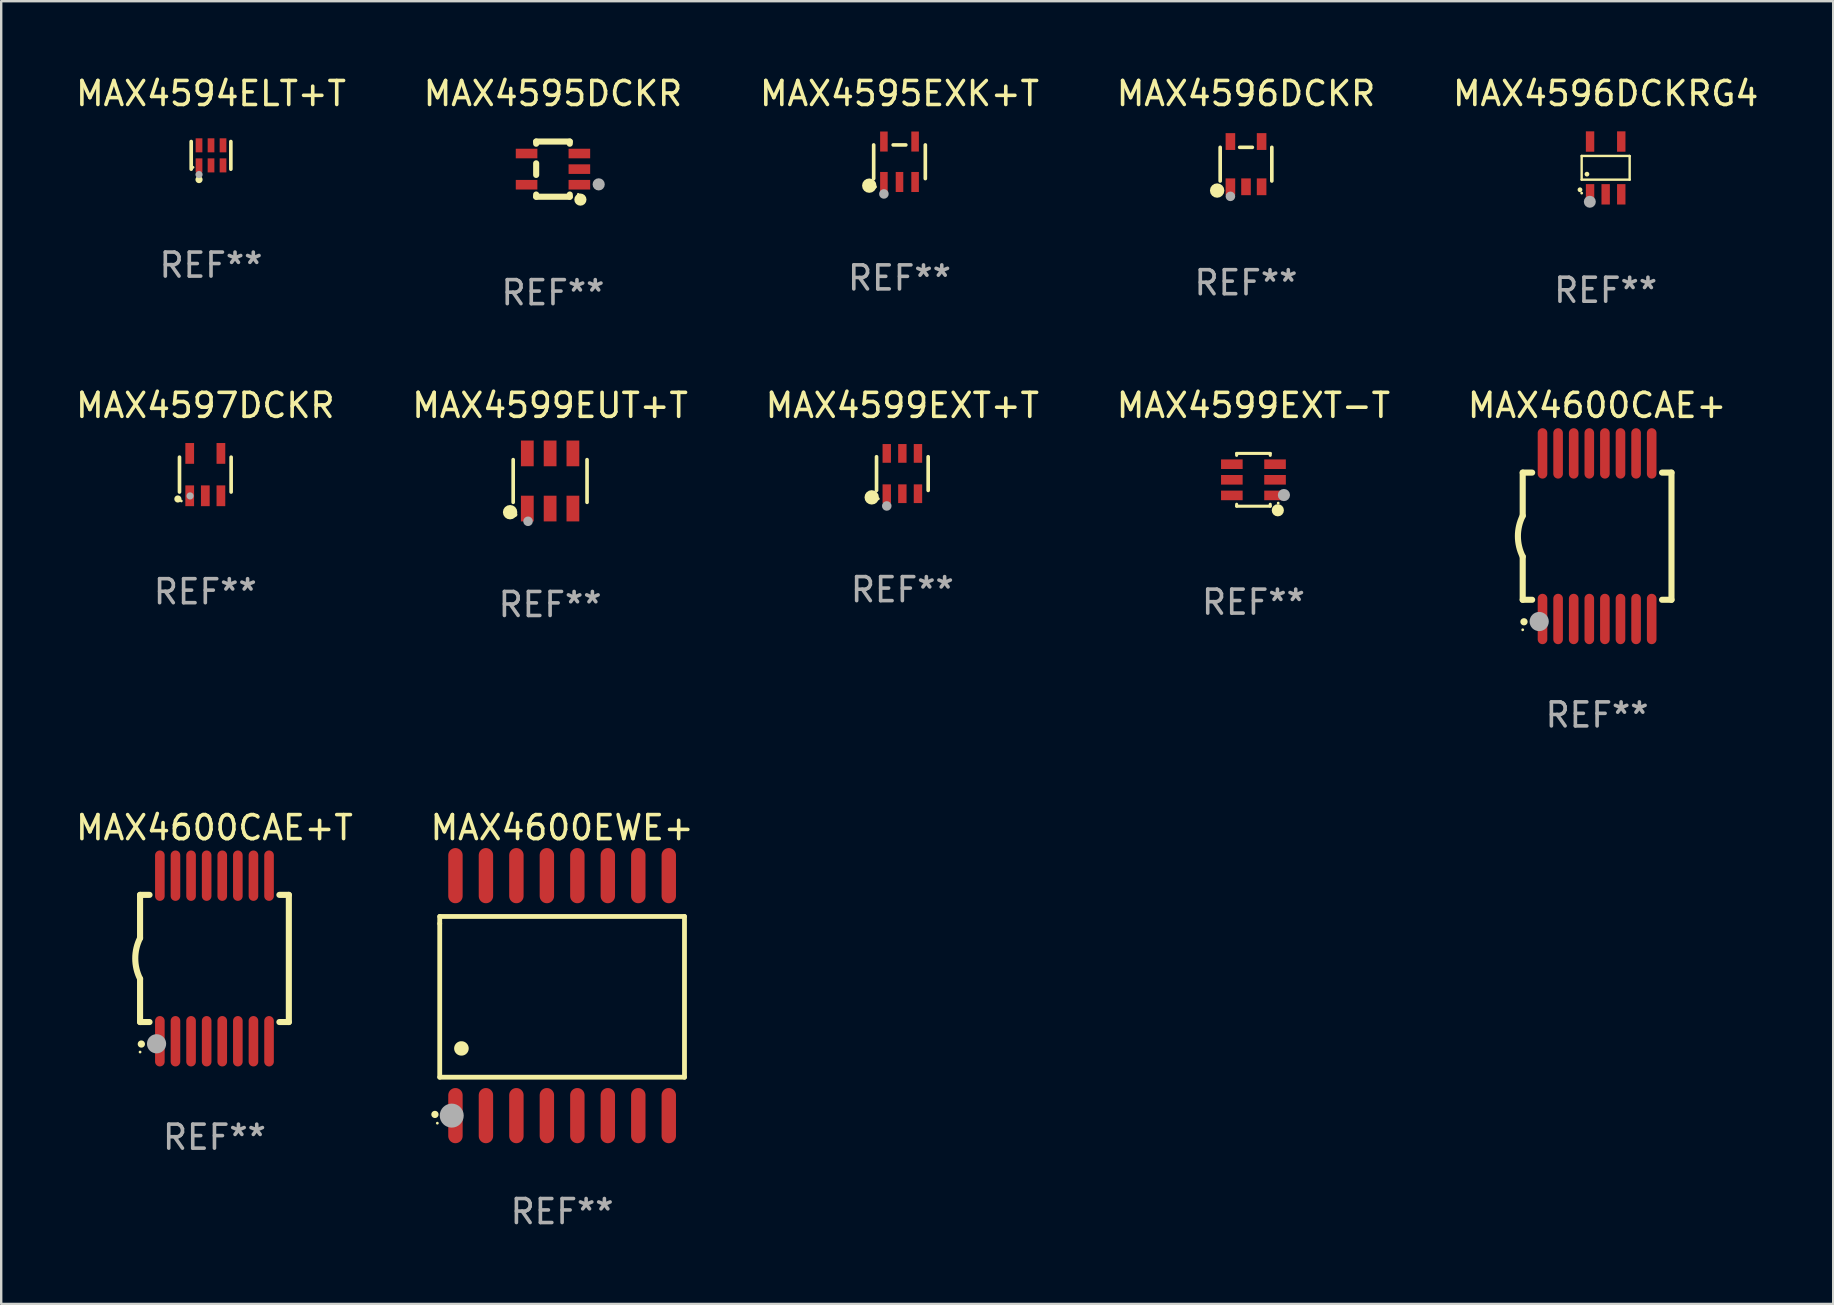
<source format=kicad_pcb>
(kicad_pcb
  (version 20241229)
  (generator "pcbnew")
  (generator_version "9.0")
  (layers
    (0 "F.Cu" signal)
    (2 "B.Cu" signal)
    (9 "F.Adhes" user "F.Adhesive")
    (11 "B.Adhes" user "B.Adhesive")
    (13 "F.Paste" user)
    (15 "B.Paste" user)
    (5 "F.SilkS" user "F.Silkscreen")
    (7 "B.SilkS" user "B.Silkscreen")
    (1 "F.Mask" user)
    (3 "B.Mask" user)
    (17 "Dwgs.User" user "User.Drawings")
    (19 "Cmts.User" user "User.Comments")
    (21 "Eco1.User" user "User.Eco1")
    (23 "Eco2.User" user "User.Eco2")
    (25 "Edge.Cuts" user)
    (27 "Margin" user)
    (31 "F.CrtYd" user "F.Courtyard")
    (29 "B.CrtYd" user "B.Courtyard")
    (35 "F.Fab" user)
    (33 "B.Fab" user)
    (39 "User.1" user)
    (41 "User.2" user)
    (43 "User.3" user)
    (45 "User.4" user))
  (footprint "MAX4599EXT+T"
    (layer "F.Cu")
    (at 34.554 16.685)
    (property "Reference" "MAX4599EXT+T" (at 0 -2.84 0) (layer "F.SilkS") (effects (font (size 1 1) (thickness 0.15))))
    (attr through_hole)
    (fp_line (start -1.076 0.701) (end -1.076 -0.701) (stroke (width 0.152) (type solid)) (layer "F.SilkS"))
    (fp_line (start 1.076 0.701) (end 1.076 -0.701) (stroke (width 0.152) (type solid)) (layer "F.SilkS"))
    (fp_circle (center -1.277 0.992) (end -1.127 0.992) (stroke (width 0.3) (type solid)) (fill no) (layer "F.SilkS"))
    (fp_circle (center -1 1.05) (end -0.97 1.05) (stroke (width 0.06) (type solid)) (fill no) (layer "F.SilkS"))
    (fp_circle (center -0.65 1.35) (end -0.55 1.35) (stroke (width 0.2) (type solid)) (fill no) (layer "F.Fab"))
    (fp_text user "REF**" (at 0 4.84 0) (layer "F.Fab") (effects (font (size 1 1) (thickness 0.15))))
    (pad "1" smd rect (at -0.65 0.84) (size 0.35 0.78) (layers "F.Cu" "F.Mask" "F.Paste"))
    (pad "2" smd rect (at 0 0.84) (size 0.35 0.78) (layers "F.Cu" "F.Mask" "F.Paste"))
    (pad "3" smd rect (at 0.65 0.84) (size 0.35 0.78) (layers "F.Cu" "F.Mask" "F.Paste"))
    (pad "4" smd rect (at 0.65 -0.84) (size 0.35 0.78) (layers "F.Cu" "F.Mask" "F.Paste"))
    (pad "5" smd rect (at 0 -0.84) (size 0.35 0.78) (layers "F.Cu" "F.Mask" "F.Paste"))
    (pad "6" smd rect (at -0.65 -0.84) (size 0.35 0.78) (layers "F.Cu" "F.Mask" "F.Paste")))
  (footprint "MAX4596DCKRG4"
    (layer "F.Cu")
    (at 63.863 3.948)
    (property "Reference" "MAX4596DCKRG4" (at 0 -3.1 0) (layer "F.SilkS") (effects (font (size 1 1) (thickness 0.15))))
    (attr through_hole)
    (fp_line (start -1 -0.5) (end -1 0.49) (stroke (width 0.1) (type solid)) (layer "F.SilkS"))
    (fp_line (start -1 0.49) (end 1 0.49) (stroke (width 0.1) (type solid)) (layer "F.SilkS"))
    (fp_line (start 0.99 -0.5) (end -1 -0.5) (stroke (width 0.1) (type solid)) (layer "F.SilkS"))
    (fp_line (start 1 -0.49) (end 0.99 -0.5) (stroke (width 0.1) (type solid)) (layer "F.SilkS"))
    (fp_line (start 1 0.49) (end 1 -0.49) (stroke (width 0.1) (type solid)) (layer "F.SilkS"))
    (fp_circle (center -1.07 0.91) (end -1.02 0.91) (stroke (width 0.1) (type solid)) (fill no) (layer "F.SilkS"))
    (fp_circle (center -1 1.05) (end -0.97 1.05) (stroke (width 0.06) (type solid)) (fill no) (layer "F.SilkS"))
    (fp_circle (center -0.78 0.26) (end -0.73 0.26) (stroke (width 0.1) (type solid)) (fill no) (layer "F.SilkS"))
    (fp_circle (center -0.66 1.41) (end -0.535 1.41) (stroke (width 0.25) (type solid)) (fill no) (layer "F.Fab"))
    (fp_text user "REF**" (at 0 5.1 0) (layer "F.Fab") (effects (font (size 1 1) (thickness 0.15))))
    (pad "1" smd rect (at -0.65 1.1) (size 0.35 0.85) (layers "F.Cu" "F.Mask" "F.Paste"))
    (pad "2" smd rect (at 0.000051 1.1) (size 0.35 0.85) (layers "F.Cu" "F.Mask" "F.Paste"))
    (pad "3" smd rect (at 0.65 1.1) (size 0.35 0.85) (layers "F.Cu" "F.Mask" "F.Paste"))
    (pad "4" smd rect (at 0.65 -1.1) (size 0.35 0.85) (layers "F.Cu" "F.Mask" "F.Paste"))
    (pad "5" smd rect (at -0.65 -1.1) (size 0.35 0.85) (layers "F.Cu" "F.Mask" "F.Paste")))
  (footprint "MAX4595DCKR"
    (layer "F.Cu")
    (at 19.994 3.998)
    (property "Reference" "MAX4595DCKR" (at 0 -3.15 0) (layer "F.SilkS") (effects (font (size 1 1) (thickness 0.15))))
    (attr through_hole)
    (fp_line (start -0.7 -1.15) (end 0.7 -1.15) (stroke (width 0.254) (type solid)) (layer "F.SilkS"))
    (fp_line (start -0.7 -1.058) (end -0.7 -1.15) (stroke (width 0.254) (type solid)) (layer "F.SilkS"))
    (fp_line (start -0.7 0.242) (end -0.7 -0.242) (stroke (width 0.254) (type solid)) (layer "F.SilkS"))
    (fp_line (start -0.7 1.15) (end -0.7 1.058) (stroke (width 0.254) (type solid)) (layer "F.SilkS"))
    (fp_line (start -0.7 1.15) (end 0.7 1.15) (stroke (width 0.254) (type solid)) (layer "F.SilkS"))
    (fp_line (start 0.7 -1.058) (end 0.7 -1.15) (stroke (width 0.254) (type solid)) (layer "F.SilkS"))
    (fp_line (start 0.7 1.15) (end 0.7 1.058) (stroke (width 0.254) (type solid)) (layer "F.SilkS"))
    (fp_circle (center 1.053 1.052) (end 1.083 1.052) (stroke (width 0.06) (type solid)) (fill no) (layer "F.SilkS"))
    (fp_circle (center 1.143 1.27) (end 1.27 1.27) (stroke (width 0.254) (type solid)) (fill no) (layer "F.SilkS"))
    (fp_circle (center 1.905 0.635) (end 2.032 0.635) (stroke (width 0.254) (type solid)) (fill no) (layer "F.Fab"))
    (fp_text user "REF**" (at 0 5.15 0) (layer "F.Fab") (effects (font (size 1 1) (thickness 0.15))))
    (pad "1" smd rect (at 1.1 0.65 90) (size 0.4 0.9) (layers "F.Cu" "F.Mask" "F.Paste"))
    (pad "2" smd rect (at 1.1 0.000076 90) (size 0.4 0.9) (layers "F.Cu" "F.Mask" "F.Paste"))
    (pad "3" smd rect (at 1.1 -0.65 90) (size 0.4 0.9) (layers "F.Cu" "F.Mask" "F.Paste"))
    (pad "4" smd rect (at -1.1 -0.65 90) (size 0.4 0.9) (layers "F.Cu" "F.Mask" "F.Paste"))
    (pad "5" smd rect (at -1.1 0.65 90) (size 0.4 0.9) (layers "F.Cu" "F.Mask" "F.Paste")))
  (footprint "MAX4596DCKR"
    (layer "F.Cu")
    (at 48.875 3.791)
    (property "Reference" "MAX4596DCKR" (at 0 -2.943 0) (layer "F.SilkS") (effects (font (size 1 1) (thickness 0.15))))
    (attr through_hole)
    (fp_line (start -1.076 0.701) (end -1.076 -0.701) (stroke (width 0.152) (type solid)) (layer "F.SilkS"))
    (fp_line (start 0.264 -0.701) (end -0.264 -0.701) (stroke (width 0.152) (type solid)) (layer "F.SilkS"))
    (fp_line (start 1.076 0.701) (end 1.076 -0.701) (stroke (width 0.152) (type solid)) (layer "F.SilkS"))
    (fp_circle (center -1.203 1.1) (end -1.053 1.1) (stroke (width 0.3) (type solid)) (fill no) (layer "F.SilkS"))
    (fp_circle (center -1 1.05) (end -0.97 1.05) (stroke (width 0.06) (type solid)) (fill no) (layer "F.SilkS"))
    (fp_circle (center -0.65 1.341) (end -0.55 1.341) (stroke (width 0.2) (type solid)) (fill no) (layer "F.Fab"))
    (fp_text user "REF**" (at 0 4.943 0) (layer "F.Fab") (effects (font (size 1 1) (thickness 0.15))))
    (pad "1" smd rect (at -0.65 0.943) (size 0.4 0.7) (layers "F.Cu" "F.Mask" "F.Paste"))
    (pad "2" smd rect (at 0.000114 0.943) (size 0.4 0.7) (layers "F.Cu" "F.Mask" "F.Paste"))
    (pad "3" smd rect (at 0.65 0.943) (size 0.4 0.7) (layers "F.Cu" "F.Mask" "F.Paste"))
    (pad "4" smd rect (at 0.65 -0.943) (size 0.4 0.7) (layers "F.Cu" "F.Mask" "F.Paste"))
    (pad "5" smd rect (at -0.65 -0.943) (size 0.4 0.7) (layers "F.Cu" "F.Mask" "F.Paste")))
  (footprint "MAX4595EXK+T"
    (layer "F.Cu")
    (at 34.435 3.691)
    (property "Reference" "MAX4595EXK+T" (at 0 -2.843 0) (layer "F.SilkS") (effects (font (size 1 1) (thickness 0.15))))
    (attr through_hole)
    (fp_line (start -1.076 0.701) (end -1.076 -0.701) (stroke (width 0.152) (type solid)) (layer "F.SilkS"))
    (fp_line (start 0.264 -0.701) (end -0.264 -0.701) (stroke (width 0.152) (type solid)) (layer "F.SilkS"))
    (fp_line (start 1.076 0.701) (end 1.076 -0.701) (stroke (width 0.152) (type solid)) (layer "F.SilkS"))
    (fp_circle (center -1.26 0.995) (end -1.11 0.995) (stroke (width 0.3) (type solid)) (fill no) (layer "F.SilkS"))
    (fp_circle (center -1 1.05) (end -0.97 1.05) (stroke (width 0.06) (type solid)) (fill no) (layer "F.SilkS"))
    (fp_circle (center -0.65 1.341) (end -0.55 1.341) (stroke (width 0.2) (type solid)) (fill no) (layer "F.Fab"))
    (fp_text user "REF**" (at 0 4.843 0) (layer "F.Fab") (effects (font (size 1 1) (thickness 0.15))))
    (pad "1" smd rect (at -0.65 0.843) (size 0.315 0.835) (layers "F.Cu" "F.Mask" "F.Paste"))
    (pad "2" smd rect (at 0.00014 0.843) (size 0.315 0.835) (layers "F.Cu" "F.Mask" "F.Paste"))
    (pad "3" smd rect (at 0.65 0.843) (size 0.315 0.835) (layers "F.Cu" "F.Mask" "F.Paste"))
    (pad "4" smd rect (at 0.65 -0.843) (size 0.315 0.835) (layers "F.Cu" "F.Mask" "F.Paste"))
    (pad "5" smd rect (at -0.65 -0.843) (size 0.315 0.835) (layers "F.Cu" "F.Mask" "F.Paste")))
  (footprint "MAX4594ELT+T"
    (layer "F.Cu")
    (at 5.744 3.424)
    (property "Reference" "MAX4594ELT+T" (at 0 -2.576 0) (layer "F.SilkS") (effects (font (size 1 1) (thickness 0.15))))
    (attr through_hole)
    (fp_line (start -0.826 0.576) (end -0.826 -0.576) (stroke (width 0.152) (type solid)) (layer "F.SilkS"))
    (fp_line (start 0.826 0.576) (end 0.826 -0.576) (stroke (width 0.152) (type solid)) (layer "F.SilkS"))
    (fp_circle (center -0.75 0.5) (end -0.72 0.5) (stroke (width 0.06) (type solid)) (fill no) (layer "F.SilkS"))
    (fp_circle (center -0.5 1.01) (end -0.425 1.01) (stroke (width 0.15) (type solid)) (fill no) (layer "F.SilkS"))
    (fp_circle (center -0.5 0.8) (end -0.425 0.8) (stroke (width 0.15) (type solid)) (fill no) (layer "F.Fab"))
    (fp_text user "REF**" (at 0 4.576 0) (layer "F.Fab") (effects (font (size 1 1) (thickness 0.15))))
    (pad "1" smd rect (at -0.5 0.418) (size 0.28 0.585) (layers "F.Cu" "F.Mask" "F.Paste"))
    (pad "2" smd rect (at 0 0.418) (size 0.28 0.585) (layers "F.Cu" "F.Mask" "F.Paste"))
    (pad "3" smd rect (at 0.5 0.418) (size 0.28 0.585) (layers "F.Cu" "F.Mask" "F.Paste"))
    (pad "4" smd rect (at 0.5 -0.418) (size 0.28 0.585) (layers "F.Cu" "F.Mask" "F.Paste"))
    (pad "5" smd rect (at 0 -0.418) (size 0.28 0.585) (layers "F.Cu" "F.Mask" "F.Paste"))
    (pad "6" smd rect (at -0.5 -0.418) (size 0.28 0.585) (layers "F.Cu" "F.Mask" "F.Paste")))
  (footprint "MAX4597DCKR"
    (layer "F.Cu")
    (at 5.506 16.728)
    (property "Reference" "MAX4597DCKR" (at 0 -2.883 0) (layer "F.SilkS") (effects (font (size 1 1) (thickness 0.15))))
    (attr through_hole)
    (fp_line (start -1.076 0.726) (end -1.076 -0.726) (stroke (width 0.152) (type solid)) (layer "F.SilkS"))
    (fp_line (start 1.076 0.726) (end 1.076 -0.726) (stroke (width 0.152) (type solid)) (layer "F.SilkS"))
    (fp_circle (center -1.143 1.016) (end -1.068 1.016) (stroke (width 0.15) (type solid)) (fill no) (layer "F.SilkS"))
    (fp_circle (center -1 1.1) (end -0.97 1.1) (stroke (width 0.06) (type solid)) (fill no) (layer "F.SilkS"))
    (fp_circle (center -0.635 0.889) (end -0.56 0.889) (stroke (width 0.15) (type solid)) (fill no) (layer "F.Fab"))
    (fp_text user "REF**" (at 0 4.883 0) (layer "F.Fab") (effects (font (size 1 1) (thickness 0.15))))
    (pad "1" smd rect (at -0.65 0.883) (size 0.364 0.866) (layers "F.Cu" "F.Mask" "F.Paste"))
    (pad "2" smd rect (at 0 0.883) (size 0.364 0.866) (layers "F.Cu" "F.Mask" "F.Paste"))
    (pad "3" smd rect (at 0.65 0.883) (size 0.364 0.866) (layers "F.Cu" "F.Mask" "F.Paste"))
    (pad "4" smd rect (at 0.65 -0.883) (size 0.364 0.866) (layers "F.Cu" "F.Mask" "F.Paste"))
    (pad "5" smd rect (at -0.65 -0.883) (size 0.364 0.866) (layers "F.Cu" "F.Mask" "F.Paste")))
  (footprint "MAX4599EXT-T"
    (layer "F.Cu")
    (at 49.185 16.945)
    (property "Reference" "MAX4599EXT-T" (at 0 -3.1 0) (layer "F.SilkS") (effects (font (size 1 1) (thickness 0.15))))
    (attr through_hole)
    (fp_line (start -0.7 -1.018) (end -0.7 -1.1) (stroke (width 0.127) (type solid)) (layer "F.SilkS"))
    (fp_line (start -0.7 1.1) (end -0.7 1.018) (stroke (width 0.127) (type solid)) (layer "F.SilkS"))
    (fp_line (start 0.7 -1.1) (end -0.7 -1.1) (stroke (width 0.127) (type solid)) (layer "F.SilkS"))
    (fp_line (start 0.7 -1.018) (end 0.7 -1.1) (stroke (width 0.127) (type solid)) (layer "F.SilkS"))
    (fp_line (start 0.7 1.1) (end -0.7 1.1) (stroke (width 0.127) (type solid)) (layer "F.SilkS"))
    (fp_line (start 0.7 1.1) (end 0.7 1.018) (stroke (width 0.127) (type solid)) (layer "F.SilkS"))
    (fp_circle (center 1.016 1.27) (end 1.143 1.27) (stroke (width 0.254) (type solid)) (fill no) (layer "F.SilkS"))
    (fp_circle (center 1.032 0.97) (end 1.062 0.97) (stroke (width 0.06) (type solid)) (fill no) (layer "F.SilkS"))
    (fp_circle (center 1.27 0.635) (end 1.397 0.635) (stroke (width 0.254) (type solid)) (fill no) (layer "F.Fab"))
    (fp_text user "REF**" (at 0 5.1 0) (layer "F.Fab") (effects (font (size 1 1) (thickness 0.15))))
    (pad "1" smd rect (at 0.9 0.65 90) (size 0.4 0.9) (layers "F.Cu" "F.Mask" "F.Paste"))
    (pad "2" smd rect (at 0.9 -0.000102 90) (size 0.4 0.9) (layers "F.Cu" "F.Mask" "F.Paste"))
    (pad "3" smd rect (at 0.9 -0.65 90) (size 0.4 0.9) (layers "F.Cu" "F.Mask" "F.Paste"))
    (pad "4" smd rect (at -0.9 -0.65 90) (size 0.4 0.9) (layers "F.Cu" "F.Mask" "F.Paste"))
    (pad "5" smd rect (at -0.9 -0.000102 90) (size 0.4 0.9) (layers "F.Cu" "F.Mask" "F.Paste"))
    (pad "6" smd rect (at -0.9 0.65 90) (size 0.4 0.9) (layers "F.Cu" "F.Mask" "F.Paste")))
  (footprint "MAX4600EWE+"
    (layer "F.Cu")
    (at 20.375 38.441)
    (property "Reference" "MAX4600EWE+" (at 0 -7 0) (layer "F.SilkS") (effects (font (size 1 1) (thickness 0.15))))
    (attr through_hole)
    (fp_line (start -5.1 -3.3) (end -5.1 -3) (stroke (width 0.2) (type solid)) (layer "F.SilkS"))
    (fp_line (start -5.1 -3) (end -5.1 3.4) (stroke (width 0.2) (type solid)) (layer "F.SilkS"))
    (fp_line (start -5.1 3.4) (end 5.1 3.4) (stroke (width 0.2) (type solid)) (layer "F.SilkS"))
    (fp_line (start 5.1 -3.3) (end -5.1 -3.3) (stroke (width 0.2) (type solid)) (layer "F.SilkS"))
    (fp_line (start 5.1 3.4) (end 5.1 -3.3) (stroke (width 0.2) (type solid)) (layer "F.SilkS"))
    (fp_arc (start -5.300991 4.950495) (mid -5.299721 4.95049) (end -5.298451 4.950495) (stroke (width 0.3) (type solid)) (layer "F.SilkS"))
    (fp_arc (start -4.2 2.200025) (mid -4.19619 2.200001) (end -4.19238 2.200025) (stroke (width 0.6) (type solid)) (layer "F.SilkS"))
    (fp_circle (center -5.2 5.315) (end -5.17 5.315) (stroke (width 0.06) (type solid)) (fill no) (layer "F.SilkS"))
    (fp_circle (center -4.6 5) (end -4.35 5) (stroke (width 0.5) (type solid)) (fill no) (layer "F.Fab"))
    (fp_text user "REF**" (at 0 9 0) (layer "F.Fab") (effects (font (size 1 1) (thickness 0.15))))
    (pad "1" smd oval (at -4.445 5 180) (size 0.6 2.3) (layers "F.Cu" "F.Mask" "F.Paste"))
    (pad "2" smd oval (at -3.175 5 180) (size 0.6 2.3) (layers "F.Cu" "F.Mask" "F.Paste"))
    (pad "3" smd oval (at -1.905 5 180) (size 0.6 2.3) (layers "F.Cu" "F.Mask" "F.Paste"))
    (pad "4" smd oval (at -0.635 5 180) (size 0.6 2.3) (layers "F.Cu" "F.Mask" "F.Paste"))
    (pad "5" smd oval (at 0.635 5 180) (size 0.6 2.3) (layers "F.Cu" "F.Mask" "F.Paste"))
    (pad "6" smd oval (at 1.905 5 180) (size 0.6 2.3) (layers "F.Cu" "F.Mask" "F.Paste"))
    (pad "7" smd oval (at 3.175 5 180) (size 0.6 2.3) (layers "F.Cu" "F.Mask" "F.Paste"))
    (pad "8" smd oval (at 4.445 5 180) (size 0.6 2.3) (layers "F.Cu" "F.Mask" "F.Paste"))
    (pad "9" smd oval (at 4.445 -5 180) (size 0.6 2.3) (layers "F.Cu" "F.Mask" "F.Paste"))
    (pad "10" smd oval (at 3.175 -5 180) (size 0.6 2.3) (layers "F.Cu" "F.Mask" "F.Paste"))
    (pad "11" smd oval (at 1.905 -5 180) (size 0.6 2.3) (layers "F.Cu" "F.Mask" "F.Paste"))
    (pad "12" smd oval (at 0.635 -5 180) (size 0.6 2.3) (layers "F.Cu" "F.Mask" "F.Paste"))
    (pad "13" smd oval (at -0.635 -5 180) (size 0.6 2.3) (layers "F.Cu" "F.Mask" "F.Paste"))
    (pad "14" smd oval (at -1.905 -5 180) (size 0.6 2.3) (layers "F.Cu" "F.Mask" "F.Paste"))
    (pad "15" smd oval (at -3.175 -5 180) (size 0.6 2.3) (layers "F.Cu" "F.Mask" "F.Paste"))
    (pad "16" smd oval (at -4.445 -5 180) (size 0.6 2.3) (layers "F.Cu" "F.Mask" "F.Paste")))
  (footprint "MAX4600CAE+T"
    (layer "F.Cu")
    (at 5.887 36.892)
    (property "Reference" "MAX4600CAE+T" (at 0 -5.45 0) (layer "F.SilkS") (effects (font (size 1 1) (thickness 0.15))))
    (attr through_hole)
    (fp_line (start -3.1 -2.65) (end -3.1 -0.85) (stroke (width 0.254) (type solid)) (layer "F.SilkS"))
    (fp_line (start -3.1 -2.65) (end -2.706 -2.65) (stroke (width 0.254) (type solid)) (layer "F.SilkS"))
    (fp_line (start -3.1 2.65) (end -3.1 0.85) (stroke (width 0.254) (type solid)) (layer "F.SilkS"))
    (fp_line (start -3.1 2.65) (end -2.706 2.65) (stroke (width 0.254) (type solid)) (layer "F.SilkS"))
    (fp_line (start 2.706 -2.65) (end 3.1 -2.65) (stroke (width 0.254) (type solid)) (layer "F.SilkS"))
    (fp_line (start 2.706 2.65) (end 3.1 2.65) (stroke (width 0.254) (type solid)) (layer "F.SilkS"))
    (fp_line (start 3.1 -2.65) (end 3.1 2.65) (stroke (width 0.254) (type solid)) (layer "F.SilkS"))
    (fp_arc (start -3.098907 0.850902) (mid -3.300057 0.000523) (end -3.1 -0.850114) (stroke (width 0.254001) (type solid)) (layer "F.SilkS"))
    (fp_arc (start -3.048006 3.566066) (mid -3.046736 3.566061) (end -3.045466 3.566066) (stroke (width 0.3) (type solid)) (layer "F.SilkS"))
    (fp_circle (center -3.1 3.9) (end -3.07 3.9) (stroke (width 0.06) (type solid)) (fill no) (layer "F.SilkS"))
    (fp_circle (center -2.413 3.556) (end -2.213 3.556) (stroke (width 0.4) (type solid)) (fill no) (layer "F.Fab"))
    (fp_text user "REF**" (at 0 7.45 0) (layer "F.Fab") (effects (font (size 1 1) (thickness 0.15))))
    (pad "1" smd oval (at -2.275 3.45 180) (size 0.4 2.1) (layers "F.Cu" "F.Mask" "F.Paste"))
    (pad "2" smd oval (at -1.625 3.45 180) (size 0.4 2.1) (layers "F.Cu" "F.Mask" "F.Paste"))
    (pad "3" smd oval (at -0.975 3.45 180) (size 0.4 2.1) (layers "F.Cu" "F.Mask" "F.Paste"))
    (pad "4" smd oval (at -0.325 3.45 180) (size 0.4 2.1) (layers "F.Cu" "F.Mask" "F.Paste"))
    (pad "5" smd oval (at 0.325 3.45 180) (size 0.4 2.1) (layers "F.Cu" "F.Mask" "F.Paste"))
    (pad "6" smd oval (at 0.975 3.45 180) (size 0.4 2.1) (layers "F.Cu" "F.Mask" "F.Paste"))
    (pad "7" smd oval (at 1.625 3.45 180) (size 0.4 2.1) (layers "F.Cu" "F.Mask" "F.Paste"))
    (pad "8" smd oval (at 2.275 3.45 180) (size 0.4 2.1) (layers "F.Cu" "F.Mask" "F.Paste"))
    (pad "9" smd oval (at 2.275 -3.45 180) (size 0.4 2.1) (layers "F.Cu" "F.Mask" "F.Paste"))
    (pad "10" smd oval (at 1.625 -3.45 180) (size 0.4 2.1) (layers "F.Cu" "F.Mask" "F.Paste"))
    (pad "11" smd oval (at 0.975 -3.45 180) (size 0.4 2.1) (layers "F.Cu" "F.Mask" "F.Paste"))
    (pad "12" smd oval (at 0.325 -3.45 180) (size 0.4 2.1) (layers "F.Cu" "F.Mask" "F.Paste"))
    (pad "13" smd oval (at -0.325 -3.45 180) (size 0.4 2.1) (layers "F.Cu" "F.Mask" "F.Paste"))
    (pad "14" smd oval (at -0.975 -3.45 180) (size 0.4 2.1) (layers "F.Cu" "F.Mask" "F.Paste"))
    (pad "15" smd oval (at -1.625 -3.45 180) (size 0.4 2.1) (layers "F.Cu" "F.Mask" "F.Paste"))
    (pad "16" smd oval (at -2.275 -3.45 180) (size 0.4 2.1) (layers "F.Cu" "F.Mask" "F.Paste")))
  (footprint "MAX4600CAE+"
    (layer "F.Cu")
    (at 63.506 19.295)
    (property "Reference" "MAX4600CAE+" (at 0 -5.45 0) (layer "F.SilkS") (effects (font (size 1 1) (thickness 0.15))))
    (attr through_hole)
    (fp_line (start -3.1 -2.65) (end -3.1 -0.85) (stroke (width 0.254) (type solid)) (layer "F.SilkS"))
    (fp_line (start -3.1 -2.65) (end -2.706 -2.65) (stroke (width 0.254) (type solid)) (layer "F.SilkS"))
    (fp_line (start -3.1 2.65) (end -3.1 0.85) (stroke (width 0.254) (type solid)) (layer "F.SilkS"))
    (fp_line (start -3.1 2.65) (end -2.706 2.65) (stroke (width 0.254) (type solid)) (layer "F.SilkS"))
    (fp_line (start 2.706 -2.65) (end 3.1 -2.65) (stroke (width 0.254) (type solid)) (layer "F.SilkS"))
    (fp_line (start 2.706 2.65) (end 3.1 2.65) (stroke (width 0.254) (type solid)) (layer "F.SilkS"))
    (fp_line (start 3.1 -2.65) (end 3.1 2.65) (stroke (width 0.254) (type solid)) (layer "F.SilkS"))
    (fp_arc (start -3.098907 0.850902) (mid -3.300057 0.000523) (end -3.1 -0.850114) (stroke (width 0.254001) (type solid)) (layer "F.SilkS"))
    (fp_arc (start -3.048006 3.566066) (mid -3.046736 3.566061) (end -3.045466 3.566066) (stroke (width 0.3) (type solid)) (layer "F.SilkS"))
    (fp_circle (center -3.1 3.9) (end -3.07 3.9) (stroke (width 0.06) (type solid)) (fill no) (layer "F.SilkS"))
    (fp_circle (center -2.413 3.556) (end -2.213 3.556) (stroke (width 0.4) (type solid)) (fill no) (layer "F.Fab"))
    (fp_text user "REF**" (at 0 7.45 0) (layer "F.Fab") (effects (font (size 1 1) (thickness 0.15))))
    (pad "1" smd oval (at -2.275 3.45 180) (size 0.4 2.1) (layers "F.Cu" "F.Mask" "F.Paste"))
    (pad "2" smd oval (at -1.625 3.45 180) (size 0.4 2.1) (layers "F.Cu" "F.Mask" "F.Paste"))
    (pad "3" smd oval (at -0.975 3.45 180) (size 0.4 2.1) (layers "F.Cu" "F.Mask" "F.Paste"))
    (pad "4" smd oval (at -0.325 3.45 180) (size 0.4 2.1) (layers "F.Cu" "F.Mask" "F.Paste"))
    (pad "5" smd oval (at 0.325 3.45 180) (size 0.4 2.1) (layers "F.Cu" "F.Mask" "F.Paste"))
    (pad "6" smd oval (at 0.975 3.45 180) (size 0.4 2.1) (layers "F.Cu" "F.Mask" "F.Paste"))
    (pad "7" smd oval (at 1.625 3.45 180) (size 0.4 2.1) (layers "F.Cu" "F.Mask" "F.Paste"))
    (pad "8" smd oval (at 2.275 3.45 180) (size 0.4 2.1) (layers "F.Cu" "F.Mask" "F.Paste"))
    (pad "9" smd oval (at 2.275 -3.45 180) (size 0.4 2.1) (layers "F.Cu" "F.Mask" "F.Paste"))
    (pad "10" smd oval (at 1.625 -3.45 180) (size 0.4 2.1) (layers "F.Cu" "F.Mask" "F.Paste"))
    (pad "11" smd oval (at 0.975 -3.45 180) (size 0.4 2.1) (layers "F.Cu" "F.Mask" "F.Paste"))
    (pad "12" smd oval (at 0.325 -3.45 180) (size 0.4 2.1) (layers "F.Cu" "F.Mask" "F.Paste"))
    (pad "13" smd oval (at -0.325 -3.45 180) (size 0.4 2.1) (layers "F.Cu" "F.Mask" "F.Paste"))
    (pad "14" smd oval (at -0.975 -3.45 180) (size 0.4 2.1) (layers "F.Cu" "F.Mask" "F.Paste"))
    (pad "15" smd oval (at -1.625 -3.45 180) (size 0.4 2.1) (layers "F.Cu" "F.Mask" "F.Paste"))
    (pad "16" smd oval (at -2.275 -3.45 180) (size 0.4 2.1) (layers "F.Cu" "F.Mask" "F.Paste")))
  (footprint "MAX4599EUT+T"
    (layer "F.Cu")
    (at 19.875 16.994)
    (property "Reference" "MAX4599EUT+T" (at 0 -3.149 0) (layer "F.SilkS") (effects (font (size 1 1) (thickness 0.15))))
    (attr through_hole)
    (fp_line (start -1.539 0.889) (end -1.539 -0.889) (stroke (width 0.152) (type solid)) (layer "F.SilkS"))
    (fp_line (start 1.539 0.889) (end 1.539 -0.889) (stroke (width 0.152) (type solid)) (layer "F.SilkS"))
    (fp_circle (center -1.668 1.301) (end -1.518 1.301) (stroke (width 0.3) (type solid)) (fill no) (layer "F.SilkS"))
    (fp_circle (center -1.463 1.4) (end -1.413 1.4) (stroke (width 0.1) (type solid)) (fill no) (layer "F.SilkS"))
    (fp_circle (center -0.92 1.68) (end -0.82 1.68) (stroke (width 0.2) (type solid)) (fill no) (layer "F.Fab"))
    (fp_text user "REF**" (at 0 5.149 0) (layer "F.Fab") (effects (font (size 1 1) (thickness 0.15))))
    (pad "1" smd rect (at -0.95 1.149) (size 0.532 1.072) (layers "F.Cu" "F.Mask" "F.Paste"))
    (pad "2" smd rect (at 0 1.149) (size 0.532 1.072) (layers "F.Cu" "F.Mask" "F.Paste"))
    (pad "3" smd rect (at 0.95 1.149) (size 0.532 1.072) (layers "F.Cu" "F.Mask" "F.Paste"))
    (pad "4" smd rect (at 0.95 -1.149) (size 0.532 1.072) (layers "F.Cu" "F.Mask" "F.Paste"))
    (pad "5" smd rect (at 0 -1.149) (size 0.532 1.072) (layers "F.Cu" "F.Mask" "F.Paste"))
    (pad "6" smd rect (at -0.95 -1.149) (size 0.532 1.072) (layers "F.Cu" "F.Mask" "F.Paste")))
  (gr_rect
    (start -3 -3)
    (end 73.345 51.29)
    (stroke (width 0.1) (type default))
    (fill no)
    (layer "Edge.Cuts")))
</source>
